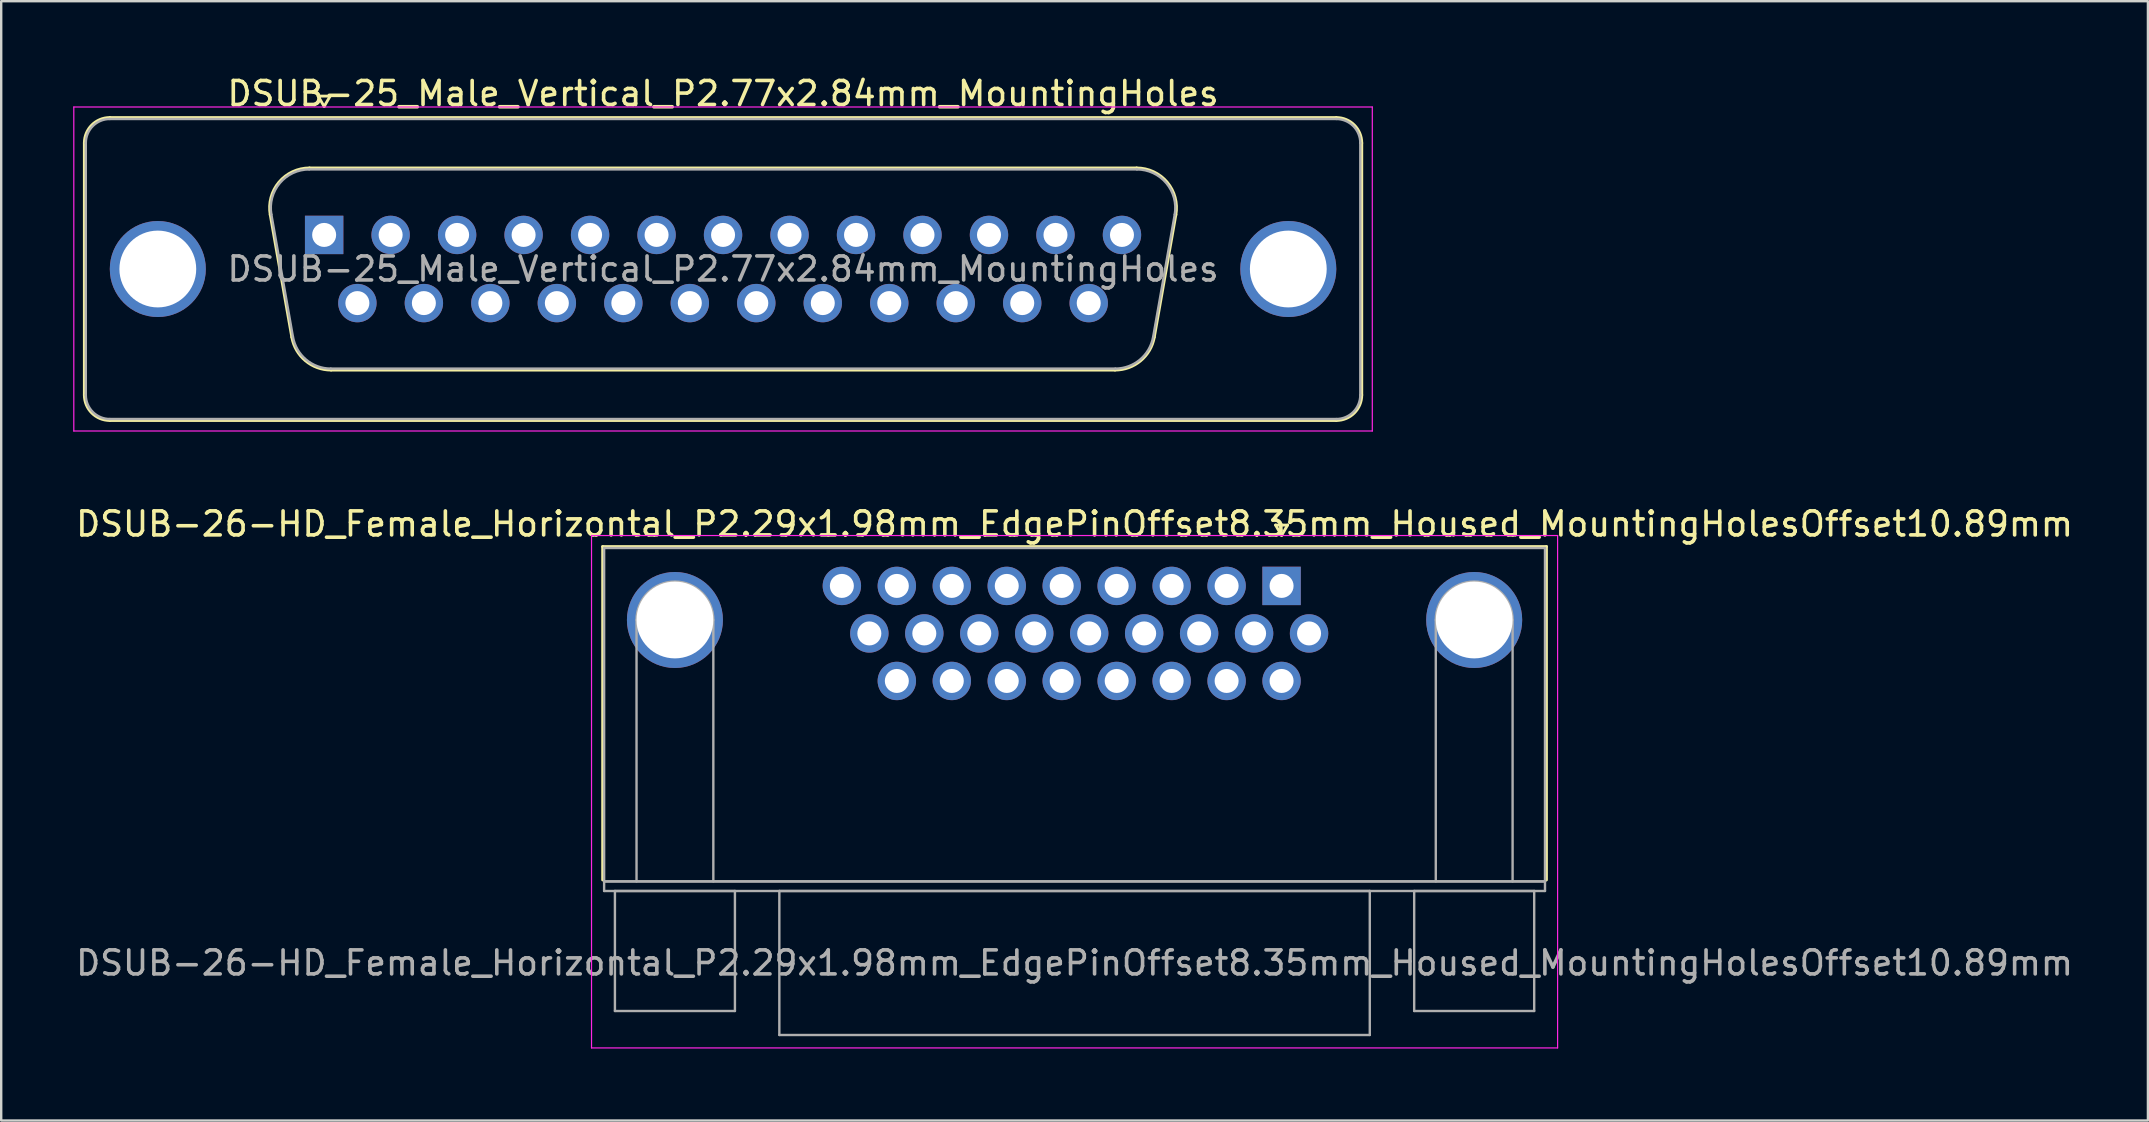
<source format=kicad_pcb>
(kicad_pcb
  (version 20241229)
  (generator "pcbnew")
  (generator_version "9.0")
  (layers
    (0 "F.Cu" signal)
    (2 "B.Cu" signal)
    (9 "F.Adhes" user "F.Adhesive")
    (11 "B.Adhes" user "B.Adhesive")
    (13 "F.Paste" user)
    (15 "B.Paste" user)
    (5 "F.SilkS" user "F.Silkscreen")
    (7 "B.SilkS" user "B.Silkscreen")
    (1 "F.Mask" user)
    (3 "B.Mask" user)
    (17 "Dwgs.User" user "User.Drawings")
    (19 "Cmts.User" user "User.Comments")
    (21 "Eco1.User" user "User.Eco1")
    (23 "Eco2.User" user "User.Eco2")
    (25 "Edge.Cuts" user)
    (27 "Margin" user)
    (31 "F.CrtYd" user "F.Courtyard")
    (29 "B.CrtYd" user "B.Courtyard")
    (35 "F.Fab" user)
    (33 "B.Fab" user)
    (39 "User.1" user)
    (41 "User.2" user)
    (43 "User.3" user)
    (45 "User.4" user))
  (footprint "DSUB-26-HD_Female_Horizontal_P2.29x1.98mm_EdgePinOffset8.35mm_Housed_MountingHolesOffset10.89mm"
    (layer "F.Cu")
    (at 50.345 21.361)
    (property "Reference" "DSUB-26-HD_Female_Horizontal_P2.29x1.98mm_EdgePinOffset8.35mm_Housed_MountingHolesOffset10.89mm" (at -8.625 -2.58 0) (layer "F.SilkS") (effects (font (size 1 1) (thickness 0.15))))
    (attr through_hole)
    (fp_line (start -28.285 -1.64) (end 11.035 -1.64) (stroke (width 0.12) (type solid)) (layer "F.SilkS"))
    (fp_line (start -28.285 12.25) (end -28.285 -1.64) (stroke (width 0.12) (type solid)) (layer "F.SilkS"))
    (fp_line (start -0.25 -2.534) (end 0.25 -2.534) (stroke (width 0.12) (type solid)) (layer "F.SilkS"))
    (fp_line (start 0 -2.101) (end -0.25 -2.534) (stroke (width 0.12) (type solid)) (layer "F.SilkS"))
    (fp_line (start 0.25 -2.534) (end 0 -2.101) (stroke (width 0.12) (type solid)) (layer "F.SilkS"))
    (fp_line (start 11.035 -1.64) (end 11.035 12.25) (stroke (width 0.12) (type solid)) (layer "F.SilkS"))
    (fp_line (start -28.75 -2.1) (end -28.75 19.25) (stroke (width 0.05) (type solid)) (layer "F.CrtYd"))
    (fp_line (start -28.75 19.25) (end 11.5 19.25) (stroke (width 0.05) (type solid)) (layer "F.CrtYd"))
    (fp_line (start 11.5 -2.1) (end -28.75 -2.1) (stroke (width 0.05) (type solid)) (layer "F.CrtYd"))
    (fp_line (start 11.5 19.25) (end 11.5 -2.1) (stroke (width 0.05) (type solid)) (layer "F.CrtYd"))
    (fp_line (start -28.225 -1.58) (end -28.225 12.31) (stroke (width 0.1) (type solid)) (layer "F.Fab"))
    (fp_line (start -28.225 12.31) (end -28.225 12.71) (stroke (width 0.1) (type solid)) (layer "F.Fab"))
    (fp_line (start -28.225 12.31) (end 10.975 12.31) (stroke (width 0.1) (type solid)) (layer "F.Fab"))
    (fp_line (start -28.225 12.71) (end 10.975 12.71) (stroke (width 0.1) (type solid)) (layer "F.Fab"))
    (fp_line (start -27.775 12.71) (end -27.775 17.71) (stroke (width 0.1) (type solid)) (layer "F.Fab"))
    (fp_line (start -27.775 17.71) (end -22.775 17.71) (stroke (width 0.1) (type solid)) (layer "F.Fab"))
    (fp_line (start -26.875 12.31) (end -26.875 1.42) (stroke (width 0.1) (type solid)) (layer "F.Fab"))
    (fp_line (start -23.675 12.31) (end -23.675 1.42) (stroke (width 0.1) (type solid)) (layer "F.Fab"))
    (fp_line (start -22.775 12.71) (end -27.775 12.71) (stroke (width 0.1) (type solid)) (layer "F.Fab"))
    (fp_line (start -22.775 17.71) (end -22.775 12.71) (stroke (width 0.1) (type solid)) (layer "F.Fab"))
    (fp_line (start -20.925 12.71) (end -20.925 18.71) (stroke (width 0.1) (type solid)) (layer "F.Fab"))
    (fp_line (start -20.925 18.71) (end 3.675 18.71) (stroke (width 0.1) (type solid)) (layer "F.Fab"))
    (fp_line (start 3.675 12.71) (end -20.925 12.71) (stroke (width 0.1) (type solid)) (layer "F.Fab"))
    (fp_line (start 3.675 18.71) (end 3.675 12.71) (stroke (width 0.1) (type solid)) (layer "F.Fab"))
    (fp_line (start 5.525 12.71) (end 5.525 17.71) (stroke (width 0.1) (type solid)) (layer "F.Fab"))
    (fp_line (start 5.525 17.71) (end 10.525 17.71) (stroke (width 0.1) (type solid)) (layer "F.Fab"))
    (fp_line (start 6.425 12.31) (end 6.425 1.42) (stroke (width 0.1) (type solid)) (layer "F.Fab"))
    (fp_line (start 9.625 12.31) (end 9.625 1.42) (stroke (width 0.1) (type solid)) (layer "F.Fab"))
    (fp_line (start 10.525 12.71) (end 5.525 12.71) (stroke (width 0.1) (type solid)) (layer "F.Fab"))
    (fp_line (start 10.525 17.71) (end 10.525 12.71) (stroke (width 0.1) (type solid)) (layer "F.Fab"))
    (fp_line (start 10.975 -1.58) (end -28.225 -1.58) (stroke (width 0.1) (type solid)) (layer "F.Fab"))
    (fp_line (start 10.975 12.31) (end -28.225 12.31) (stroke (width 0.1) (type solid)) (layer "F.Fab"))
    (fp_line (start 10.975 12.31) (end 10.975 -1.58) (stroke (width 0.1) (type solid)) (layer "F.Fab"))
    (fp_line (start 10.975 12.71) (end 10.975 12.31) (stroke (width 0.1) (type solid)) (layer "F.Fab"))
    (fp_arc (start -26.875 1.42) (mid -25.275 -0.18) (end -23.675 1.42) (stroke (width 0.1) (type solid)) (layer "F.Fab"))
    (fp_arc (start 6.425 1.42) (mid 8.025 -0.18) (end 9.625 1.42) (stroke (width 0.1) (type solid)) (layer "F.Fab"))
    (fp_text user "${REFERENCE}" (at -8.625 15.71 0) (layer "F.Fab") (effects (font (size 1 1) (thickness 0.15))))
    (pad "0" thru_hole circle (at -25.275 1.42) (size 4 4) (drill 3.2) (layers "*.Cu" "*.Mask"))
    (pad "0" thru_hole circle (at 8.025 1.42) (size 4 4) (drill 3.2) (layers "*.Cu" "*.Mask"))
    (pad "1" thru_hole rect (at 0 0) (size 1.6 1.6) (drill 1) (layers "*.Cu" "*.Mask"))
    (pad "2" thru_hole circle (at -2.29 0) (size 1.6 1.6) (drill 1) (layers "*.Cu" "*.Mask"))
    (pad "3" thru_hole circle (at -4.58 0) (size 1.6 1.6) (drill 1) (layers "*.Cu" "*.Mask"))
    (pad "4" thru_hole circle (at -6.87 0) (size 1.6 1.6) (drill 1) (layers "*.Cu" "*.Mask"))
    (pad "5" thru_hole circle (at -9.16 0) (size 1.6 1.6) (drill 1) (layers "*.Cu" "*.Mask"))
    (pad "6" thru_hole circle (at -11.45 0) (size 1.6 1.6) (drill 1) (layers "*.Cu" "*.Mask"))
    (pad "7" thru_hole circle (at -13.74 0) (size 1.6 1.6) (drill 1) (layers "*.Cu" "*.Mask"))
    (pad "8" thru_hole circle (at -16.03 0) (size 1.6 1.6) (drill 1) (layers "*.Cu" "*.Mask"))
    (pad "9" thru_hole circle (at -18.32 0) (size 1.6 1.6) (drill 1) (layers "*.Cu" "*.Mask"))
    (pad "10" thru_hole circle (at 1.145 1.98) (size 1.6 1.6) (drill 1) (layers "*.Cu" "*.Mask"))
    (pad "11" thru_hole circle (at -1.145 1.98) (size 1.6 1.6) (drill 1) (layers "*.Cu" "*.Mask"))
    (pad "12" thru_hole circle (at -3.435 1.98) (size 1.6 1.6) (drill 1) (layers "*.Cu" "*.Mask"))
    (pad "13" thru_hole circle (at -5.725 1.98) (size 1.6 1.6) (drill 1) (layers "*.Cu" "*.Mask"))
    (pad "14" thru_hole circle (at -8.015 1.98) (size 1.6 1.6) (drill 1) (layers "*.Cu" "*.Mask"))
    (pad "15" thru_hole circle (at -10.305 1.98) (size 1.6 1.6) (drill 1) (layers "*.Cu" "*.Mask"))
    (pad "16" thru_hole circle (at -12.595 1.98) (size 1.6 1.6) (drill 1) (layers "*.Cu" "*.Mask"))
    (pad "17" thru_hole circle (at -14.885 1.98) (size 1.6 1.6) (drill 1) (layers "*.Cu" "*.Mask"))
    (pad "18" thru_hole circle (at -17.175 1.98) (size 1.6 1.6) (drill 1) (layers "*.Cu" "*.Mask"))
    (pad "19" thru_hole circle (at 0 3.96) (size 1.6 1.6) (drill 1) (layers "*.Cu" "*.Mask"))
    (pad "20" thru_hole circle (at -2.29 3.96) (size 1.6 1.6) (drill 1) (layers "*.Cu" "*.Mask"))
    (pad "21" thru_hole circle (at -4.58 3.96) (size 1.6 1.6) (drill 1) (layers "*.Cu" "*.Mask"))
    (pad "22" thru_hole circle (at -6.87 3.96) (size 1.6 1.6) (drill 1) (layers "*.Cu" "*.Mask"))
    (pad "23" thru_hole circle (at -9.16 3.96) (size 1.6 1.6) (drill 1) (layers "*.Cu" "*.Mask"))
    (pad "24" thru_hole circle (at -11.45 3.96) (size 1.6 1.6) (drill 1) (layers "*.Cu" "*.Mask"))
    (pad "25" thru_hole circle (at -13.74 3.96) (size 1.6 1.6) (drill 1) (layers "*.Cu" "*.Mask"))
    (pad "26" thru_hole circle (at -16.03 3.96) (size 1.6 1.6) (drill 1) (layers "*.Cu" "*.Mask")))
  (footprint "DSUB-25_Male_Vertical_P2.77x2.84mm_MountingHoles"
    (layer "F.Cu")
    (at 10.455 6.738)
    (property "Reference" "DSUB-25_Male_Vertical_P2.77x2.84mm_MountingHoles" (at 16.62 -5.89 0) (layer "F.SilkS") (effects (font (size 1 1) (thickness 0.15))))
    (attr through_hole)
    (fp_line (start -9.99 6.67) (end -9.99 -3.83) (stroke (width 0.12) (type solid)) (layer "F.SilkS"))
    (fp_line (start -8.93 -4.89) (end 42.17 -4.89) (stroke (width 0.12) (type solid)) (layer "F.SilkS"))
    (fp_line (start -2.246 -0.842) (end -1.347 4.258) (stroke (width 0.12) (type solid)) (layer "F.SilkS"))
    (fp_line (start -0.612 -2.79) (end 33.852 -2.79) (stroke (width 0.12) (type solid)) (layer "F.SilkS"))
    (fp_line (start -0.25 -5.784) (end 0.25 -5.784) (stroke (width 0.12) (type solid)) (layer "F.SilkS"))
    (fp_line (start 0 -5.351) (end -0.25 -5.784) (stroke (width 0.12) (type solid)) (layer "F.SilkS"))
    (fp_line (start 0.25 -5.784) (end 0 -5.351) (stroke (width 0.12) (type solid)) (layer "F.SilkS"))
    (fp_line (start 0.288 5.63) (end 32.952 5.63) (stroke (width 0.12) (type solid)) (layer "F.SilkS"))
    (fp_line (start 35.486 -0.842) (end 34.587 4.258) (stroke (width 0.12) (type solid)) (layer "F.SilkS"))
    (fp_line (start 42.17 7.73) (end -8.93 7.73) (stroke (width 0.12) (type solid)) (layer "F.SilkS"))
    (fp_line (start 43.23 -3.83) (end 43.23 6.67) (stroke (width 0.12) (type solid)) (layer "F.SilkS"))
    (fp_arc (start -9.99 -3.83) (mid -9.679533 -4.579533) (end -8.93 -4.89) (stroke (width 0.12) (type solid)) (layer "F.SilkS"))
    (fp_arc (start -8.93 7.73) (mid -9.679533 7.419533) (end -9.99 6.67) (stroke (width 0.12) (type solid)) (layer "F.SilkS"))
    (fp_arc (start -2.24647 -0.841744) (mid -1.883323 -2.197027) (end -0.611689 -2.79) (stroke (width 0.12) (type solid)) (layer "F.SilkS"))
    (fp_arc (start 0.287579 5.63) (mid -0.779449 5.241634) (end -1.347202 4.258256) (stroke (width 0.12) (type solid)) (layer "F.SilkS"))
    (fp_arc (start 33.851689 -2.79) (mid 35.123323 -2.197027) (end 35.48647 -0.841744) (stroke (width 0.12) (type solid)) (layer "F.SilkS"))
    (fp_arc (start 34.587202 4.258256) (mid 34.019449 5.241634) (end 32.952421 5.63) (stroke (width 0.12) (type solid)) (layer "F.SilkS"))
    (fp_arc (start 42.17 -4.89) (mid 42.919533 -4.579533) (end 43.23 -3.83) (stroke (width 0.12) (type solid)) (layer "F.SilkS"))
    (fp_arc (start 43.23 6.67) (mid 42.919533 7.419533) (end 42.17 7.73) (stroke (width 0.12) (type solid)) (layer "F.SilkS"))
    (fp_line (start -10.43 -5.33) (end -10.43 8.17) (stroke (width 0.05) (type solid)) (layer "F.CrtYd"))
    (fp_line (start -10.43 8.17) (end 43.67 8.17) (stroke (width 0.05) (type solid)) (layer "F.CrtYd"))
    (fp_line (start 43.67 -5.33) (end -10.43 -5.33) (stroke (width 0.05) (type solid)) (layer "F.CrtYd"))
    (fp_line (start 43.67 8.17) (end 43.67 -5.33) (stroke (width 0.05) (type solid)) (layer "F.CrtYd"))
    (fp_line (start -9.93 6.67) (end -9.93 -3.83) (stroke (width 0.1) (type solid)) (layer "F.Fab"))
    (fp_line (start -8.93 -4.83) (end 42.17 -4.83) (stroke (width 0.1) (type solid)) (layer "F.Fab"))
    (fp_line (start -2.199 -0.852) (end -1.3 4.248) (stroke (width 0.1) (type solid)) (layer "F.Fab"))
    (fp_line (start -0.623 -2.73) (end 33.863 -2.73) (stroke (width 0.1) (type solid)) (layer "F.Fab"))
    (fp_line (start 0.276 5.57) (end 32.964 5.57) (stroke (width 0.1) (type solid)) (layer "F.Fab"))
    (fp_line (start 35.439 -0.852) (end 34.54 4.248) (stroke (width 0.1) (type solid)) (layer "F.Fab"))
    (fp_line (start 42.17 7.67) (end -8.93 7.67) (stroke (width 0.1) (type solid)) (layer "F.Fab"))
    (fp_line (start 43.17 -3.83) (end 43.17 6.67) (stroke (width 0.1) (type solid)) (layer "F.Fab"))
    (fp_arc (start -9.93 -3.83) (mid -9.637107 -4.537107) (end -8.93 -4.83) (stroke (width 0.1) (type solid)) (layer "F.Fab"))
    (fp_arc (start -8.93 7.67) (mid -9.637107 7.377107) (end -9.93 6.67) (stroke (width 0.1) (type solid)) (layer "F.Fab"))
    (fp_arc (start -2.198887 -0.852163) (mid -1.848865 -2.15846) (end -0.623194 -2.73) (stroke (width 0.1) (type solid)) (layer "F.Fab"))
    (fp_arc (start 0.276073 5.57) (mid -0.752387 5.195671) (end -1.299619 4.247837) (stroke (width 0.1) (type solid)) (layer "F.Fab"))
    (fp_arc (start 33.863194 -2.73) (mid 35.088865 -2.15846) (end 35.438887 -0.852163) (stroke (width 0.1) (type solid)) (layer "F.Fab"))
    (fp_arc (start 34.539619 4.247837) (mid 33.992387 5.195671) (end 32.963927 5.57) (stroke (width 0.1) (type solid)) (layer "F.Fab"))
    (fp_arc (start 42.17 -4.83) (mid 42.877107 -4.537107) (end 43.17 -3.83) (stroke (width 0.1) (type solid)) (layer "F.Fab"))
    (fp_arc (start 43.17 6.67) (mid 42.877107 7.377107) (end 42.17 7.67) (stroke (width 0.1) (type solid)) (layer "F.Fab"))
    (fp_text user "${REFERENCE}" (at 16.62 1.42 0) (layer "F.Fab") (effects (font (size 1 1) (thickness 0.15))))
    (pad "0" thru_hole circle (at -6.93 1.42) (size 4 4) (drill 3.2) (layers "*.Cu" "*.Mask"))
    (pad "0" thru_hole circle (at 40.17 1.42) (size 4 4) (drill 3.2) (layers "*.Cu" "*.Mask"))
    (pad "1" thru_hole rect (at 0 0) (size 1.6 1.6) (drill 1) (layers "*.Cu" "*.Mask"))
    (pad "2" thru_hole circle (at 2.77 0) (size 1.6 1.6) (drill 1) (layers "*.Cu" "*.Mask"))
    (pad "3" thru_hole circle (at 5.54 0) (size 1.6 1.6) (drill 1) (layers "*.Cu" "*.Mask"))
    (pad "4" thru_hole circle (at 8.31 0) (size 1.6 1.6) (drill 1) (layers "*.Cu" "*.Mask"))
    (pad "5" thru_hole circle (at 11.08 0) (size 1.6 1.6) (drill 1) (layers "*.Cu" "*.Mask"))
    (pad "6" thru_hole circle (at 13.85 0) (size 1.6 1.6) (drill 1) (layers "*.Cu" "*.Mask"))
    (pad "7" thru_hole circle (at 16.62 0) (size 1.6 1.6) (drill 1) (layers "*.Cu" "*.Mask"))
    (pad "8" thru_hole circle (at 19.39 0) (size 1.6 1.6) (drill 1) (layers "*.Cu" "*.Mask"))
    (pad "9" thru_hole circle (at 22.16 0) (size 1.6 1.6) (drill 1) (layers "*.Cu" "*.Mask"))
    (pad "10" thru_hole circle (at 24.93 0) (size 1.6 1.6) (drill 1) (layers "*.Cu" "*.Mask"))
    (pad "11" thru_hole circle (at 27.7 0) (size 1.6 1.6) (drill 1) (layers "*.Cu" "*.Mask"))
    (pad "12" thru_hole circle (at 30.47 0) (size 1.6 1.6) (drill 1) (layers "*.Cu" "*.Mask"))
    (pad "13" thru_hole circle (at 33.24 0) (size 1.6 1.6) (drill 1) (layers "*.Cu" "*.Mask"))
    (pad "14" thru_hole circle (at 1.385 2.84) (size 1.6 1.6) (drill 1) (layers "*.Cu" "*.Mask"))
    (pad "15" thru_hole circle (at 4.155 2.84) (size 1.6 1.6) (drill 1) (layers "*.Cu" "*.Mask"))
    (pad "16" thru_hole circle (at 6.925 2.84) (size 1.6 1.6) (drill 1) (layers "*.Cu" "*.Mask"))
    (pad "17" thru_hole circle (at 9.695 2.84) (size 1.6 1.6) (drill 1) (layers "*.Cu" "*.Mask"))
    (pad "18" thru_hole circle (at 12.465 2.84) (size 1.6 1.6) (drill 1) (layers "*.Cu" "*.Mask"))
    (pad "19" thru_hole circle (at 15.235 2.84) (size 1.6 1.6) (drill 1) (layers "*.Cu" "*.Mask"))
    (pad "20" thru_hole circle (at 18.005 2.84) (size 1.6 1.6) (drill 1) (layers "*.Cu" "*.Mask"))
    (pad "21" thru_hole circle (at 20.775 2.84) (size 1.6 1.6) (drill 1) (layers "*.Cu" "*.Mask"))
    (pad "22" thru_hole circle (at 23.545 2.84) (size 1.6 1.6) (drill 1) (layers "*.Cu" "*.Mask"))
    (pad "23" thru_hole circle (at 26.315 2.84) (size 1.6 1.6) (drill 1) (layers "*.Cu" "*.Mask"))
    (pad "24" thru_hole circle (at 29.085 2.84) (size 1.6 1.6) (drill 1) (layers "*.Cu" "*.Mask"))
    (pad "25" thru_hole circle (at 31.855 2.84) (size 1.6 1.6) (drill 1) (layers "*.Cu" "*.Mask")))
  (gr_rect
    (start -3 -3)
    (end 86.44 43.636)
    (stroke (width 0.1) (type default))
    (fill no)
    (layer "Edge.Cuts")))
</source>
